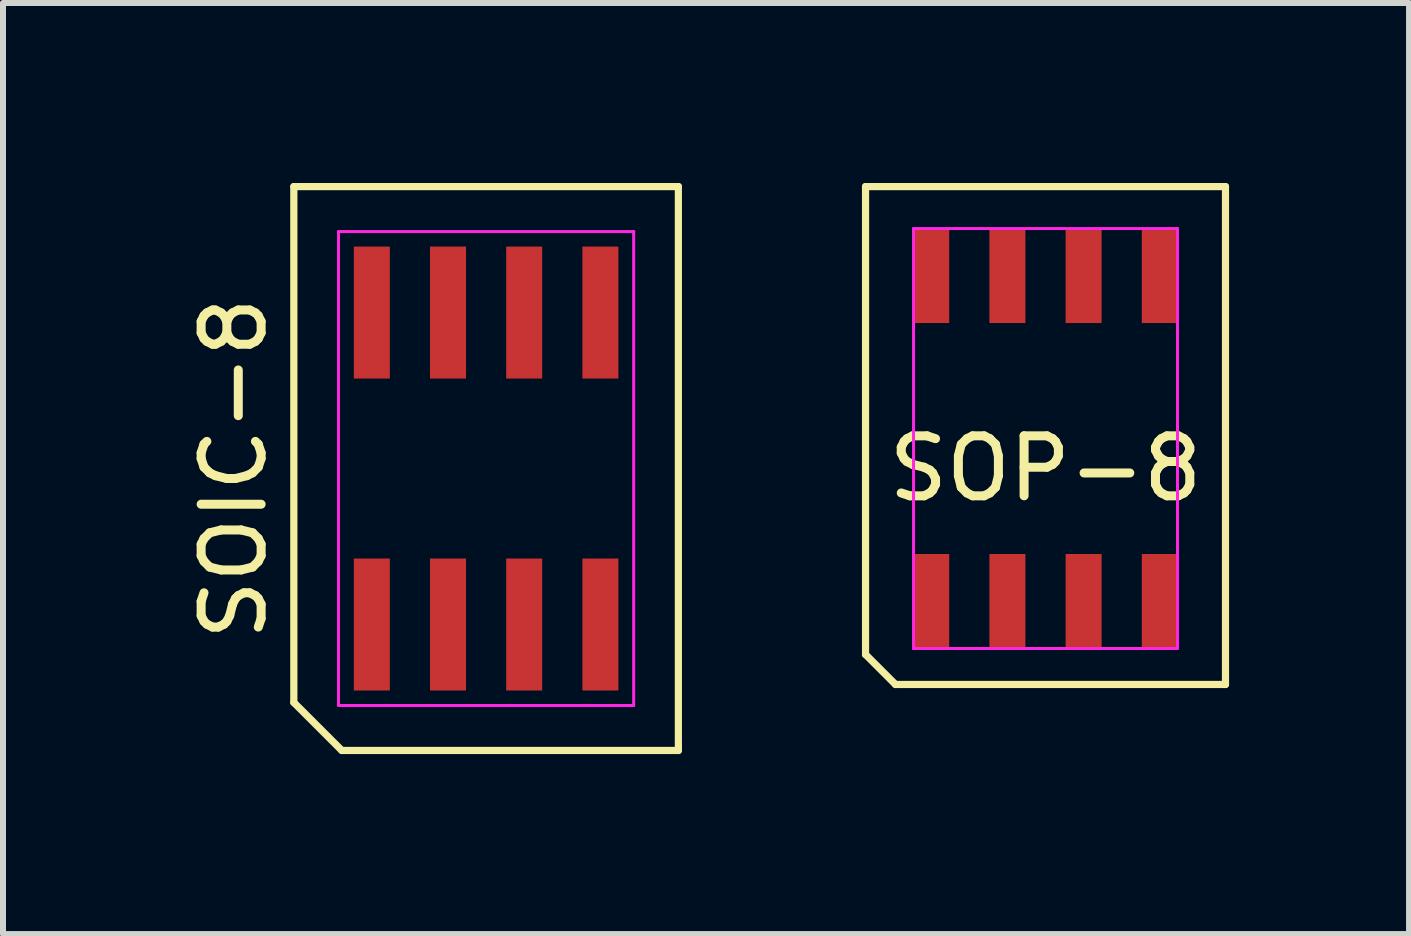
<source format=kicad_pcb>
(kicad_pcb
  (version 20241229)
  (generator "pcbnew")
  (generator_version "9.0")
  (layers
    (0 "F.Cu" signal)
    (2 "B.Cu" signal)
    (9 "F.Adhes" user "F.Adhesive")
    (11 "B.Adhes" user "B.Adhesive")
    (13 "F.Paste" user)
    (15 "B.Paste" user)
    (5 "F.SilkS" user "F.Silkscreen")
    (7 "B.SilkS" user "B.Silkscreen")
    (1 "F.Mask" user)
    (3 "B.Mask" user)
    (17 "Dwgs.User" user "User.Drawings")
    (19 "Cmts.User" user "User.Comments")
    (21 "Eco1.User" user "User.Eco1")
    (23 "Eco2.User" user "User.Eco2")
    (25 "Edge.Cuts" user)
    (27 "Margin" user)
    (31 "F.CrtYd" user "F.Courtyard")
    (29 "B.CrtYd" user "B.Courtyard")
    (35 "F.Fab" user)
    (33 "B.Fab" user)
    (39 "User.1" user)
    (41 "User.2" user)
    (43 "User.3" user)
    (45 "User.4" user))
  (footprint "SOIC-8"
    (layer "F.Cu")
    (at 5.053 4.76)
    (property "Reference" "SOIC-8" (at -4.205 0 90) (layer "F.SilkS") (effects (font (size 1 1) (thickness 0.15))))
    (attr smd)
    (fp_line (start -3.205 -4.7) (end 3.205 -4.7) (stroke (width 0.12) (type solid)) (layer "F.SilkS"))
    (fp_line (start -3.205 3.9) (end -3.205 -4.7) (stroke (width 0.12) (type solid)) (layer "F.SilkS"))
    (fp_line (start -2.405 4.7) (end -3.205 3.9) (stroke (width 0.12) (type solid)) (layer "F.SilkS"))
    (fp_line (start 3.205 -4.7) (end 3.205 4.7) (stroke (width 0.12) (type solid)) (layer "F.SilkS"))
    (fp_line (start 3.205 4.7) (end -2.405 4.7) (stroke (width 0.12) (type solid)) (layer "F.SilkS"))
    (fp_line (start -2.46 -3.95) (end 2.46 -3.95) (stroke (width 0.05) (type solid)) (layer "F.CrtYd"))
    (fp_line (start -2.46 3.95) (end -2.46 -3.95) (stroke (width 0.05) (type solid)) (layer "F.CrtYd"))
    (fp_line (start 2.46 -3.95) (end 2.46 3.95) (stroke (width 0.05) (type solid)) (layer "F.CrtYd"))
    (fp_line (start 2.46 3.95) (end -2.46 3.95) (stroke (width 0.05) (type solid)) (layer "F.CrtYd"))
    (pad "1" smd rect (at -1.905 2.6) (size 0.6 2.2) (layers "F.Cu" "F.Mask" "F.Paste"))
    (pad "2" smd rect (at -0.635 2.6) (size 0.6 2.2) (layers "F.Cu" "F.Mask" "F.Paste"))
    (pad "3" smd rect (at 0.635 2.6) (size 0.6 2.2) (layers "F.Cu" "F.Mask" "F.Paste"))
    (pad "4" smd rect (at 1.905 2.6) (size 0.6 2.2) (layers "F.Cu" "F.Mask" "F.Paste"))
    (pad "5" smd rect (at 1.905 -2.6) (size 0.6 2.2) (layers "F.Cu" "F.Mask" "F.Paste"))
    (pad "6" smd rect (at 0.635 -2.6) (size 0.6 2.2) (layers "F.Cu" "F.Mask" "F.Paste"))
    (pad "7" smd rect (at -0.635 -2.6) (size 0.6 2.2) (layers "F.Cu" "F.Mask" "F.Paste"))
    (pad "8" smd rect (at -1.905 -2.6) (size 0.6 2.2) (layers "F.Cu" "F.Mask" "F.Paste")))
  (footprint "SOP-8"
    (layer "F.Cu")
    (at 14.378 3.76)
    (property "Reference" "SOP-8" (at 0 1 0) (layer "F.SilkS") (effects (font (size 1 1) (thickness 0.15))))
    (attr smd)
    (fp_line (start -3 -3.7) (end 3 -3.7) (stroke (width 0.12) (type solid)) (layer "F.SilkS"))
    (fp_line (start -3 4.1) (end -3 -3.7) (stroke (width 0.12) (type solid)) (layer "F.SilkS"))
    (fp_line (start -3 4.1) (end -2.5 4.6) (stroke (width 0.12) (type solid)) (layer "F.SilkS"))
    (fp_line (start 3 -3.7) (end 3 4.6) (stroke (width 0.12) (type solid)) (layer "F.SilkS"))
    (fp_line (start 3 4.6) (end -2.5 4.6) (stroke (width 0.12) (type solid)) (layer "F.SilkS"))
    (fp_line (start -2.2 -3) (end 2.2 -3) (stroke (width 0.05) (type solid)) (layer "F.CrtYd"))
    (fp_line (start -2.2 4) (end -2.2 -3) (stroke (width 0.05) (type solid)) (layer "F.CrtYd"))
    (fp_line (start 2.2 -3) (end 2.2 4) (stroke (width 0.05) (type solid)) (layer "F.CrtYd"))
    (fp_line (start 2.2 4) (end -2.2 4) (stroke (width 0.05) (type solid)) (layer "F.CrtYd"))
    (pad "1" smd rect (at -1.905 3.2) (size 0.6 1.55) (layers "F.Cu" "F.Mask" "F.Paste"))
    (pad "2" smd rect (at -0.635 3.2) (size 0.6 1.55) (layers "F.Cu" "F.Mask" "F.Paste"))
    (pad "3" smd rect (at 0.635 3.2) (size 0.6 1.55) (layers "F.Cu" "F.Mask" "F.Paste"))
    (pad "4" smd rect (at 1.905 3.2) (size 0.6 1.55) (layers "F.Cu" "F.Mask" "F.Paste"))
    (pad "5" smd rect (at -1.905 -2.2) (size 0.6 1.55) (layers "F.Cu" "F.Mask" "F.Paste"))
    (pad "6" smd rect (at -0.635 -2.2) (size 0.6 1.55) (layers "F.Cu" "F.Mask" "F.Paste"))
    (pad "7" smd rect (at 0.635 -2.2) (size 0.6 1.55) (layers "F.Cu" "F.Mask" "F.Paste"))
    (pad "8" smd rect (at 1.905 -2.2) (size 0.6 1.55) (layers "F.Cu" "F.Mask" "F.Paste")))
  (gr_rect
    (start -3 -3)
    (end 20.438 12.52)
    (stroke (width 0.1) (type default))
    (fill no)
    (layer "Edge.Cuts")))
</source>
